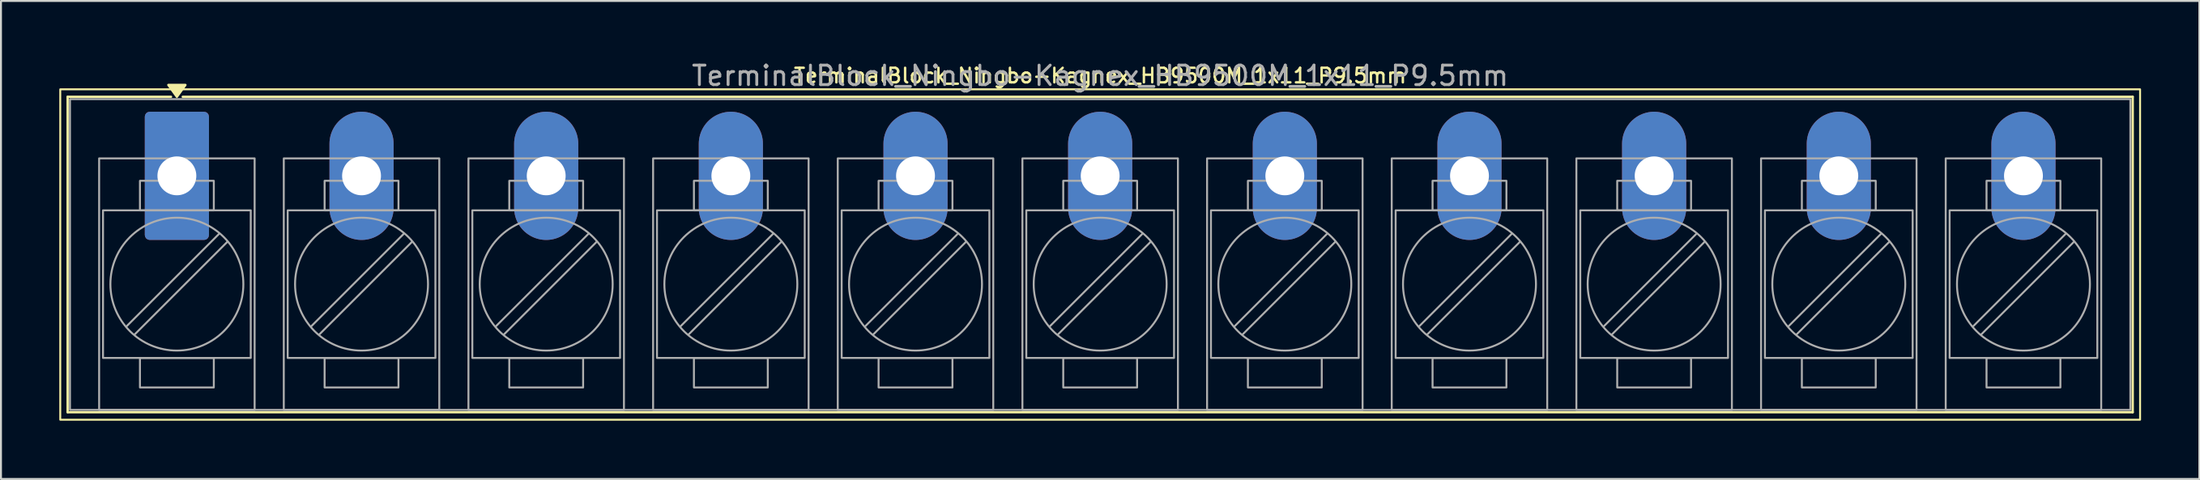
<source format=kicad_pcb>
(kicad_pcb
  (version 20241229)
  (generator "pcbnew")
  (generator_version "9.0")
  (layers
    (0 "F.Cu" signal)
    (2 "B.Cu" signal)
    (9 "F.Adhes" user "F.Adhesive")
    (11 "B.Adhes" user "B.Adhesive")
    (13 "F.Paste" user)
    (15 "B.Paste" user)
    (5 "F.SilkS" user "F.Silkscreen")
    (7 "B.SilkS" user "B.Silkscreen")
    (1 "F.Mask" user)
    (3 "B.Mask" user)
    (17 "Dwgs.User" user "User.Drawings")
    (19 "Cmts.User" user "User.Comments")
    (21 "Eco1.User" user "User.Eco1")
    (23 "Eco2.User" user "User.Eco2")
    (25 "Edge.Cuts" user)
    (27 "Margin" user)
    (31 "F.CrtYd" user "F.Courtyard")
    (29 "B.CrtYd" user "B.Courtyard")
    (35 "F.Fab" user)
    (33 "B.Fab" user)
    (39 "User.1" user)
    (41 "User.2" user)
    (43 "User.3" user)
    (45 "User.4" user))
  (footprint "TerminalBlock_Ningbo-Kagnex_HB9500M_1x11_P9.5mm"
    (layer "F.Cu")
    (at 6.05 6.003)
    (property "Reference" "TerminalBlock_Ningbo-Kagnex_HB9500M_1x11_P9.5mm" (at 47.5 -5.155 0) (layer "F.SilkS") (effects (font (size 0.75 0.75) (thickness 0.125))))
    (attr through_hole)
    (fp_line (start -5.62 -4.07) (end -0.3 -4.07) (stroke (width 0.12) (type solid)) (layer "F.SilkS"))
    (fp_line (start -5.62 12.17) (end -5.62 -4.07) (stroke (width 0.12) (type solid)) (layer "F.SilkS"))
    (fp_line (start 0.3 -4.07) (end 100.62 -4.07) (stroke (width 0.12) (type solid)) (layer "F.SilkS"))
    (fp_line (start 100.62 -4.07) (end 100.62 12.17) (stroke (width 0.12) (type solid)) (layer "F.SilkS"))
    (fp_line (start 100.62 12.17) (end -5.62 12.17) (stroke (width 0.12) (type solid)) (layer "F.SilkS"))
    (fp_rect (start -6 -4.455) (end 101 12.555) (stroke (width 0.1) (type solid)) (fill no) (layer "F.SilkS"))
    (fp_poly (pts (xy 0 -4.07) (xy -0.44 -4.68) (xy 0.44 -4.68)) (stroke (width 0.12) (type solid)) (fill yes) (layer "F.SilkS"))
    (fp_line (start 2.176 2.981) (end -2.594 7.751) (stroke (width 0.1) (type solid)) (layer "F.Fab"))
    (fp_line (start 2.594 3.399) (end -2.176 8.169) (stroke (width 0.1) (type solid)) (layer "F.Fab"))
    (fp_line (start 11.676 2.981) (end 6.906 7.751) (stroke (width 0.1) (type solid)) (layer "F.Fab"))
    (fp_line (start 12.094 3.399) (end 7.324 8.169) (stroke (width 0.1) (type solid)) (layer "F.Fab"))
    (fp_line (start 21.176 2.981) (end 16.406 7.751) (stroke (width 0.1) (type solid)) (layer "F.Fab"))
    (fp_line (start 21.594 3.399) (end 16.824 8.169) (stroke (width 0.1) (type solid)) (layer "F.Fab"))
    (fp_line (start 30.676 2.981) (end 25.906 7.751) (stroke (width 0.1) (type solid)) (layer "F.Fab"))
    (fp_line (start 31.094 3.399) (end 26.324 8.169) (stroke (width 0.1) (type solid)) (layer "F.Fab"))
    (fp_line (start 40.176 2.981) (end 35.406 7.751) (stroke (width 0.1) (type solid)) (layer "F.Fab"))
    (fp_line (start 40.594 3.399) (end 35.824 8.169) (stroke (width 0.1) (type solid)) (layer "F.Fab"))
    (fp_line (start 49.676 2.981) (end 44.906 7.751) (stroke (width 0.1) (type solid)) (layer "F.Fab"))
    (fp_line (start 50.094 3.399) (end 45.324 8.169) (stroke (width 0.1) (type solid)) (layer "F.Fab"))
    (fp_line (start 59.176 2.981) (end 54.406 7.751) (stroke (width 0.1) (type solid)) (layer "F.Fab"))
    (fp_line (start 59.594 3.399) (end 54.824 8.169) (stroke (width 0.1) (type solid)) (layer "F.Fab"))
    (fp_line (start 68.676 2.981) (end 63.906 7.751) (stroke (width 0.1) (type solid)) (layer "F.Fab"))
    (fp_line (start 69.094 3.399) (end 64.324 8.169) (stroke (width 0.1) (type solid)) (layer "F.Fab"))
    (fp_line (start 78.176 2.981) (end 73.406 7.751) (stroke (width 0.1) (type solid)) (layer "F.Fab"))
    (fp_line (start 78.594 3.399) (end 73.824 8.169) (stroke (width 0.1) (type solid)) (layer "F.Fab"))
    (fp_line (start 87.676 2.981) (end 82.906 7.751) (stroke (width 0.1) (type solid)) (layer "F.Fab"))
    (fp_line (start 88.094 3.399) (end 83.324 8.169) (stroke (width 0.1) (type solid)) (layer "F.Fab"))
    (fp_line (start 97.176 2.981) (end 92.406 7.751) (stroke (width 0.1) (type solid)) (layer "F.Fab"))
    (fp_line (start 97.594 3.399) (end 92.824 8.169) (stroke (width 0.1) (type solid)) (layer "F.Fab"))
    (fp_rect (start -5.5 -3.95) (end 100.5 12.05) (stroke (width 0.1) (type solid)) (fill no) (layer "F.Fab"))
    (fp_rect (start -4 -0.9) (end 4 12.05) (stroke (width 0.1) (type solid)) (fill no) (layer "F.Fab"))
    (fp_rect (start -3.8 1.775) (end 3.8 9.375) (stroke (width 0.1) (type solid)) (fill no) (layer "F.Fab"))
    (fp_rect (start -1.9 0.255) (end 1.9 1.775) (stroke (width 0.1) (type solid)) (fill no) (layer "F.Fab"))
    (fp_rect (start -1.9 9.375) (end 1.9 10.895) (stroke (width 0.1) (type solid)) (fill no) (layer "F.Fab"))
    (fp_rect (start 5.5 -0.9) (end 13.5 12.05) (stroke (width 0.1) (type solid)) (fill no) (layer "F.Fab"))
    (fp_rect (start 5.7 1.775) (end 13.3 9.375) (stroke (width 0.1) (type solid)) (fill no) (layer "F.Fab"))
    (fp_rect (start 7.6 0.255) (end 11.4 1.775) (stroke (width 0.1) (type solid)) (fill no) (layer "F.Fab"))
    (fp_rect (start 7.6 9.375) (end 11.4 10.895) (stroke (width 0.1) (type solid)) (fill no) (layer "F.Fab"))
    (fp_rect (start 15 -0.9) (end 23 12.05) (stroke (width 0.1) (type solid)) (fill no) (layer "F.Fab"))
    (fp_rect (start 15.2 1.775) (end 22.8 9.375) (stroke (width 0.1) (type solid)) (fill no) (layer "F.Fab"))
    (fp_rect (start 17.1 0.255) (end 20.9 1.775) (stroke (width 0.1) (type solid)) (fill no) (layer "F.Fab"))
    (fp_rect (start 17.1 9.375) (end 20.9 10.895) (stroke (width 0.1) (type solid)) (fill no) (layer "F.Fab"))
    (fp_rect (start 24.5 -0.9) (end 32.5 12.05) (stroke (width 0.1) (type solid)) (fill no) (layer "F.Fab"))
    (fp_rect (start 24.7 1.775) (end 32.3 9.375) (stroke (width 0.1) (type solid)) (fill no) (layer "F.Fab"))
    (fp_rect (start 26.6 0.255) (end 30.4 1.775) (stroke (width 0.1) (type solid)) (fill no) (layer "F.Fab"))
    (fp_rect (start 26.6 9.375) (end 30.4 10.895) (stroke (width 0.1) (type solid)) (fill no) (layer "F.Fab"))
    (fp_rect (start 34 -0.9) (end 42 12.05) (stroke (width 0.1) (type solid)) (fill no) (layer "F.Fab"))
    (fp_rect (start 34.2 1.775) (end 41.8 9.375) (stroke (width 0.1) (type solid)) (fill no) (layer "F.Fab"))
    (fp_rect (start 36.1 0.255) (end 39.9 1.775) (stroke (width 0.1) (type solid)) (fill no) (layer "F.Fab"))
    (fp_rect (start 36.1 9.375) (end 39.9 10.895) (stroke (width 0.1) (type solid)) (fill no) (layer "F.Fab"))
    (fp_rect (start 43.5 -0.9) (end 51.5 12.05) (stroke (width 0.1) (type solid)) (fill no) (layer "F.Fab"))
    (fp_rect (start 43.7 1.775) (end 51.3 9.375) (stroke (width 0.1) (type solid)) (fill no) (layer "F.Fab"))
    (fp_rect (start 45.6 0.255) (end 49.4 1.775) (stroke (width 0.1) (type solid)) (fill no) (layer "F.Fab"))
    (fp_rect (start 45.6 9.375) (end 49.4 10.895) (stroke (width 0.1) (type solid)) (fill no) (layer "F.Fab"))
    (fp_rect (start 53 -0.9) (end 61 12.05) (stroke (width 0.1) (type solid)) (fill no) (layer "F.Fab"))
    (fp_rect (start 53.2 1.775) (end 60.8 9.375) (stroke (width 0.1) (type solid)) (fill no) (layer "F.Fab"))
    (fp_rect (start 55.1 0.255) (end 58.9 1.775) (stroke (width 0.1) (type solid)) (fill no) (layer "F.Fab"))
    (fp_rect (start 55.1 9.375) (end 58.9 10.895) (stroke (width 0.1) (type solid)) (fill no) (layer "F.Fab"))
    (fp_rect (start 62.5 -0.9) (end 70.5 12.05) (stroke (width 0.1) (type solid)) (fill no) (layer "F.Fab"))
    (fp_rect (start 62.7 1.775) (end 70.3 9.375) (stroke (width 0.1) (type solid)) (fill no) (layer "F.Fab"))
    (fp_rect (start 64.6 0.255) (end 68.4 1.775) (stroke (width 0.1) (type solid)) (fill no) (layer "F.Fab"))
    (fp_rect (start 64.6 9.375) (end 68.4 10.895) (stroke (width 0.1) (type solid)) (fill no) (layer "F.Fab"))
    (fp_rect (start 72 -0.9) (end 80 12.05) (stroke (width 0.1) (type solid)) (fill no) (layer "F.Fab"))
    (fp_rect (start 72.2 1.775) (end 79.8 9.375) (stroke (width 0.1) (type solid)) (fill no) (layer "F.Fab"))
    (fp_rect (start 74.1 0.255) (end 77.9 1.775) (stroke (width 0.1) (type solid)) (fill no) (layer "F.Fab"))
    (fp_rect (start 74.1 9.375) (end 77.9 10.895) (stroke (width 0.1) (type solid)) (fill no) (layer "F.Fab"))
    (fp_rect (start 81.5 -0.9) (end 89.5 12.05) (stroke (width 0.1) (type solid)) (fill no) (layer "F.Fab"))
    (fp_rect (start 81.7 1.775) (end 89.3 9.375) (stroke (width 0.1) (type solid)) (fill no) (layer "F.Fab"))
    (fp_rect (start 83.6 0.255) (end 87.4 1.775) (stroke (width 0.1) (type solid)) (fill no) (layer "F.Fab"))
    (fp_rect (start 83.6 9.375) (end 87.4 10.895) (stroke (width 0.1) (type solid)) (fill no) (layer "F.Fab"))
    (fp_rect (start 91 -0.9) (end 99 12.05) (stroke (width 0.1) (type solid)) (fill no) (layer "F.Fab"))
    (fp_rect (start 91.2 1.775) (end 98.8 9.375) (stroke (width 0.1) (type solid)) (fill no) (layer "F.Fab"))
    (fp_rect (start 93.1 0.255) (end 96.9 1.775) (stroke (width 0.1) (type solid)) (fill no) (layer "F.Fab"))
    (fp_rect (start 93.1 9.375) (end 96.9 10.895) (stroke (width 0.1) (type solid)) (fill no) (layer "F.Fab"))
    (fp_circle (center 0 5.575) (end 3.42 5.575) (stroke (width 0.1) (type solid)) (fill no) (layer "F.Fab"))
    (fp_circle (center 9.5 5.575) (end 12.92 5.575) (stroke (width 0.1) (type solid)) (fill no) (layer "F.Fab"))
    (fp_circle (center 19 5.575) (end 22.42 5.575) (stroke (width 0.1) (type solid)) (fill no) (layer "F.Fab"))
    (fp_circle (center 28.5 5.575) (end 31.92 5.575) (stroke (width 0.1) (type solid)) (fill no) (layer "F.Fab"))
    (fp_circle (center 38 5.575) (end 41.42 5.575) (stroke (width 0.1) (type solid)) (fill no) (layer "F.Fab"))
    (fp_circle (center 47.5 5.575) (end 50.92 5.575) (stroke (width 0.1) (type solid)) (fill no) (layer "F.Fab"))
    (fp_circle (center 57 5.575) (end 60.42 5.575) (stroke (width 0.1) (type solid)) (fill no) (layer "F.Fab"))
    (fp_circle (center 66.5 5.575) (end 69.92 5.575) (stroke (width 0.1) (type solid)) (fill no) (layer "F.Fab"))
    (fp_circle (center 76 5.575) (end 79.42 5.575) (stroke (width 0.1) (type solid)) (fill no) (layer "F.Fab"))
    (fp_circle (center 85.5 5.575) (end 88.92 5.575) (stroke (width 0.1) (type solid)) (fill no) (layer "F.Fab"))
    (fp_circle (center 95 5.575) (end 98.42 5.575) (stroke (width 0.1) (type solid)) (fill no) (layer "F.Fab"))
    (fp_text user "${REFERENCE}" (at 47.5 -5.155 0) (layer "F.Fab") (effects (font (size 1 1) (thickness 0.15))))
    (pad "1" thru_hole roundrect (at 0 0) (size 3.3 6.6) (drill 2) (layers "*.Cu" "*.Mask") (roundrect_rratio 0.076))
    (pad "2" thru_hole oval (at 9.5 0) (size 3.3 6.6) (drill 2) (layers "*.Cu" "*.Mask"))
    (pad "3" thru_hole oval (at 19 0) (size 3.3 6.6) (drill 2) (layers "*.Cu" "*.Mask"))
    (pad "4" thru_hole oval (at 28.5 0) (size 3.3 6.6) (drill 2) (layers "*.Cu" "*.Mask"))
    (pad "5" thru_hole oval (at 38 0) (size 3.3 6.6) (drill 2) (layers "*.Cu" "*.Mask"))
    (pad "6" thru_hole oval (at 47.5 0) (size 3.3 6.6) (drill 2) (layers "*.Cu" "*.Mask"))
    (pad "7" thru_hole oval (at 57 0) (size 3.3 6.6) (drill 2) (layers "*.Cu" "*.Mask"))
    (pad "8" thru_hole oval (at 66.5 0) (size 3.3 6.6) (drill 2) (layers "*.Cu" "*.Mask"))
    (pad "9" thru_hole oval (at 76 0) (size 3.3 6.6) (drill 2) (layers "*.Cu" "*.Mask"))
    (pad "10" thru_hole oval (at 85.5 0) (size 3.3 6.6) (drill 2) (layers "*.Cu" "*.Mask"))
    (pad "11" thru_hole oval (at 95 0) (size 3.3 6.6) (drill 2) (layers "*.Cu" "*.Mask")))
  (gr_rect
    (start -3 -3)
    (end 110.1 21.608)
    (stroke (width 0.1) (type default))
    (fill no)
    (layer "Edge.Cuts")))
</source>
